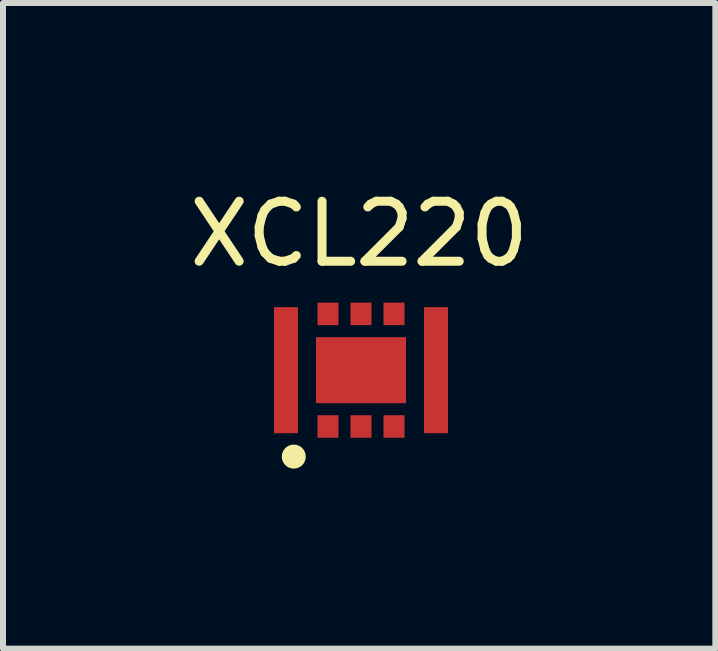
<source format=kicad_pcb>
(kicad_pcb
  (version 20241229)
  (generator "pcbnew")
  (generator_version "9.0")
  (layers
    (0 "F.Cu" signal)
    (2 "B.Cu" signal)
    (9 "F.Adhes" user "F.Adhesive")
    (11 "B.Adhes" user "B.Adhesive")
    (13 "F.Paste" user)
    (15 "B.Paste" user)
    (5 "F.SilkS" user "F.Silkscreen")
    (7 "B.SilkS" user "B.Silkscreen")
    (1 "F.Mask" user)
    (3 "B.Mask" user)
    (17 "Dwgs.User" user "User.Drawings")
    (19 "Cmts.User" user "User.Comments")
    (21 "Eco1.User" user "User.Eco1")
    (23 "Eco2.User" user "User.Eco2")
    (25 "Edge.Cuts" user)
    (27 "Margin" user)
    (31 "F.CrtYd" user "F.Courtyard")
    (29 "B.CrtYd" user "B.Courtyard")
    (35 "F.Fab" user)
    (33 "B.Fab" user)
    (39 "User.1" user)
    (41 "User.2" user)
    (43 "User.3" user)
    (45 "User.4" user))
  (footprint "XCL220"
    (layer "F.Cu")
    (at 2.965 3.118)
    (property "Reference" "XCL220" (at -0.03 -2.27 0) (layer "F.SilkS") (effects (font (size 1 1) (thickness 0.15))))
    (attr smd)
    (fp_circle (center -1.12 1.44) (end -1.02 1.44) (stroke (width 0.2) (type solid)) (fill no) (layer "F.SilkS"))
    (pad "1" smd rect (at -0.55 0.938) (size 0.35 0.375) (layers "F.Cu" "F.Mask" "F.Paste"))
    (pad "2" smd rect (at 0 0.938) (size 0.35 0.375) (layers "F.Cu" "F.Mask" "F.Paste"))
    (pad "3" smd rect (at 0.55 0.938) (size 0.35 0.375) (layers "F.Cu" "F.Mask" "F.Paste"))
    (pad "4" smd rect (at 0.55 -0.938) (size 0.35 0.375) (layers "F.Cu" "F.Mask" "F.Paste"))
    (pad "5" smd rect (at 0 -0.938) (size 0.35 0.375) (layers "F.Cu" "F.Mask" "F.Paste"))
    (pad "6" smd rect (at -0.55 -0.938) (size 0.35 0.375) (layers "F.Cu" "F.Mask" "F.Paste"))
    (pad "7" smd rect (at -1.25 0) (size 0.4 2.1) (layers "F.Cu" "F.Mask" "F.Paste"))
    (pad "8" smd rect (at 1.25 0) (size 0.4 2.1) (layers "F.Cu" "F.Mask" "F.Paste"))
    (pad "PAD" smd rect (at -0.375 0) (size 0.75 1.1) (layers "F.Cu" "F.Mask" "F.Paste"))
    (pad "PAD" smd rect (at 0.375 0) (size 0.75 1.1) (layers "F.Cu" "F.Mask" "F.Paste")))
  (gr_rect
    (start -3 -3)
    (end 8.869 7.758)
    (stroke (width 0.1) (type default))
    (fill no)
    (layer "Edge.Cuts")))
</source>
